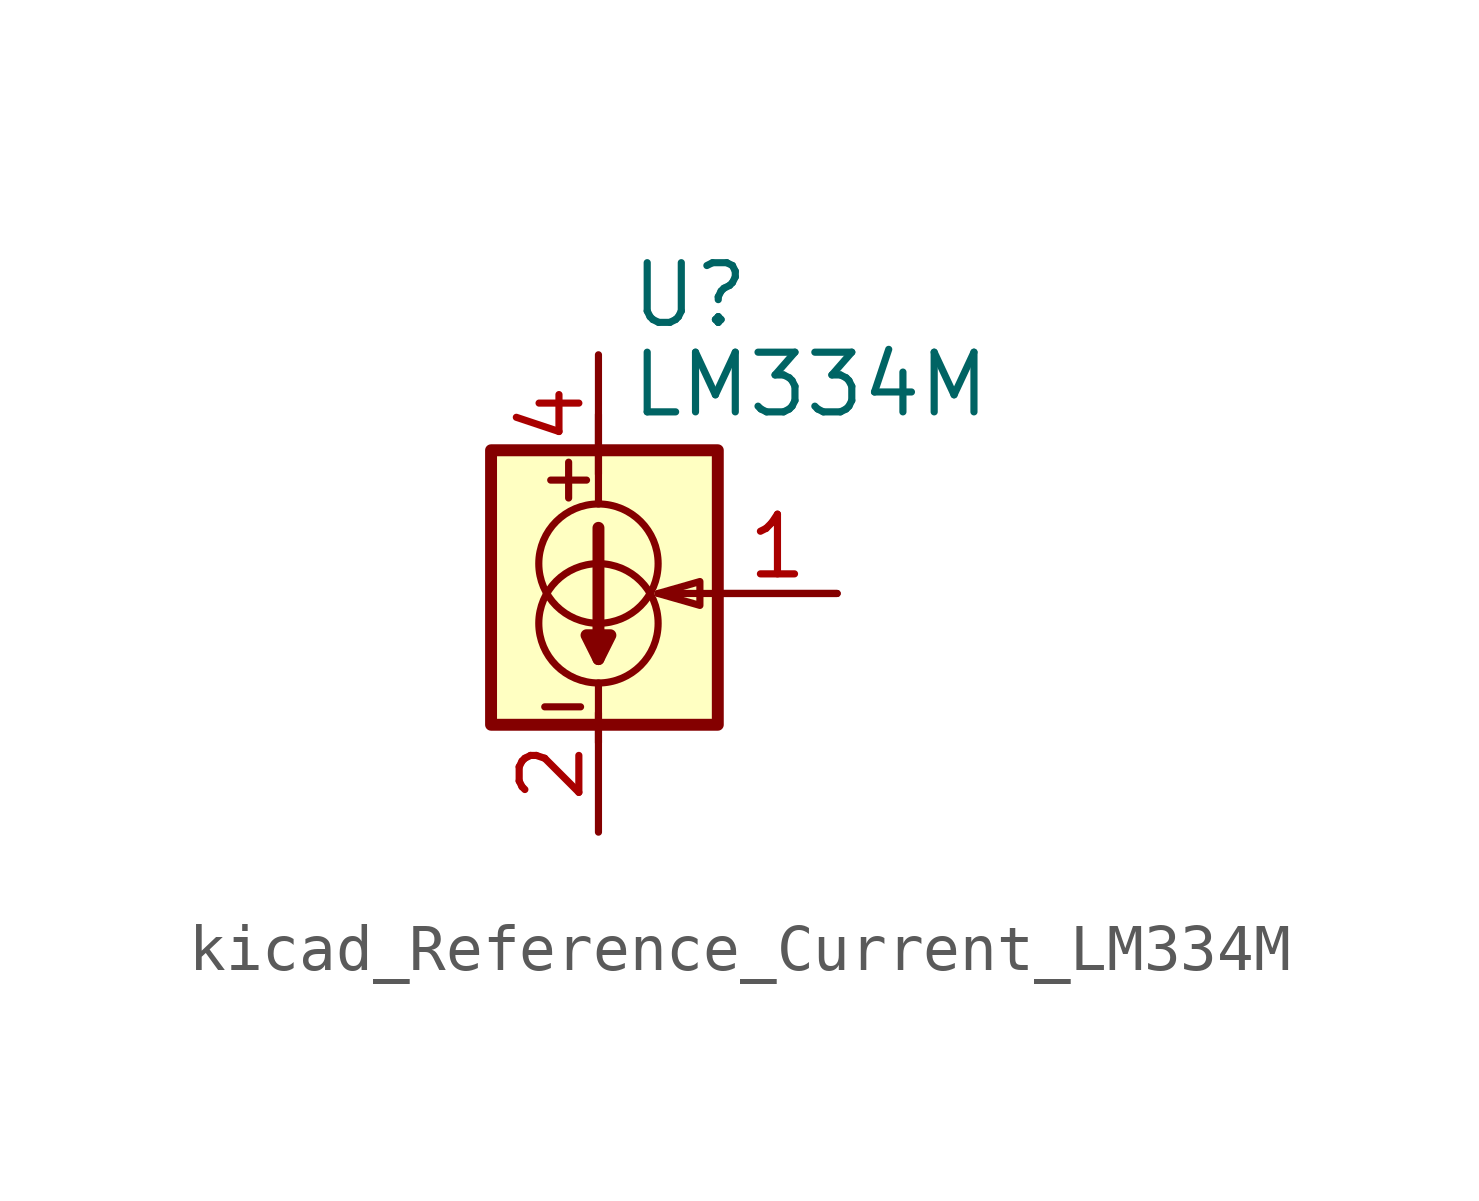
<source format=kicad_sym>
(kicad_symbol_lib
  (version 20220914)
  (generator kicad_symbol_editor)
  (symbol "kicad_Reference_Current_LM334M"
    (property "Reference" "U"
      (at 0.635 6.35 0)
      (effects (font (size 1.27 1.27)) (justify left)))
    (property "Value" "LM334M"
      (at 0.635 4.445 0)
      (effects (font (size 1.27 1.27)) (justify left)))
    (symbol "kicad_Reference_Current_LM334M_0_1"
      (rectangle (start -2.286 3.048) (end 2.54 -2.794) (stroke (width 0.254) (type default)) (fill (type background)))
      (circle (center 0 -0.635) (radius 1.27) (stroke (width 0) (type default)) (fill (type none)))
      (polyline (pts (xy -1.143 -2.413) (xy -0.381 -2.413)) (stroke (width 0) (type default)) (fill (type none)))
      (polyline (pts (xy -1.016 2.413) (xy -0.254 2.413)) (stroke (width 0) (type default)) (fill (type none)))
      (polyline (pts (xy -0.635 2.794) (xy -0.635 2.032)) (stroke (width 0) (type default)) (fill (type none)))
      (polyline (pts (xy 0 -1.905) (xy 0 -3.175)) (stroke (width 0) (type default)) (fill (type none)))
      (polyline (pts (xy 0 1.397) (xy 0 -1.397)) (stroke (width 0.254) (type default)) (fill (type none)))
      (polyline (pts (xy 0 3.81) (xy 0 1.905)) (stroke (width 0) (type default)) (fill (type none)))
      (polyline (pts (xy 5.08 0) (xy 1.27 0)) (stroke (width 0) (type default)) (fill (type none)))
      (polyline (pts (xy 0 -1.397) (xy -0.254 -0.889) (xy 0.254 -0.889) (xy 0 -1.397)) (stroke (width 0.254) (type default)) (fill (type none)))
      (polyline (pts (xy 1.27 0) (xy 2.159 0.254) (xy 2.159 -0.254) (xy 1.27 0)) (stroke (width 0) (type default)) (fill (type none)))
      (circle (center 0 0.635) (radius 1.27) (stroke (width 0) (type default)) (fill (type none))))
    (symbol "kicad_Reference_Current_LM334M_1_1"
      (pin passive line (at 5.08 0 180) (length 2.54) (name "~" (effects (font (size 1.27 1.27)))) (number "1" (effects (font (size 1.27 1.27)))))
      (pin passive line (at 0 -5.08 90) (length 2.54) (name "~" (effects (font (size 1.27 1.27)))) (number "2" (effects (font (size 1.27 1.27)))))
      (pin passive line (at 0 -5.08 90) (length 2.54) hide (name "~" (effects (font (size 1.27 1.27)))) (number "3" (effects (font (size 1.27 1.27)))))
      (pin passive line (at 0 5.08 270) (length 2.54) (name "~" (effects (font (size 1.27 1.27)))) (number "4" (effects (font (size 1.27 1.27)))))
      (pin passive line (at 0 -5.08 90) (length 2.54) hide (name "~" (effects (font (size 1.27 1.27)))) (number "6" (effects (font (size 1.27 1.27)))))
      (pin passive line (at 0 -5.08 90) (length 2.54) hide (name "~" (effects (font (size 1.27 1.27)))) (number "7" (effects (font (size 1.27 1.27))))))))
</source>
